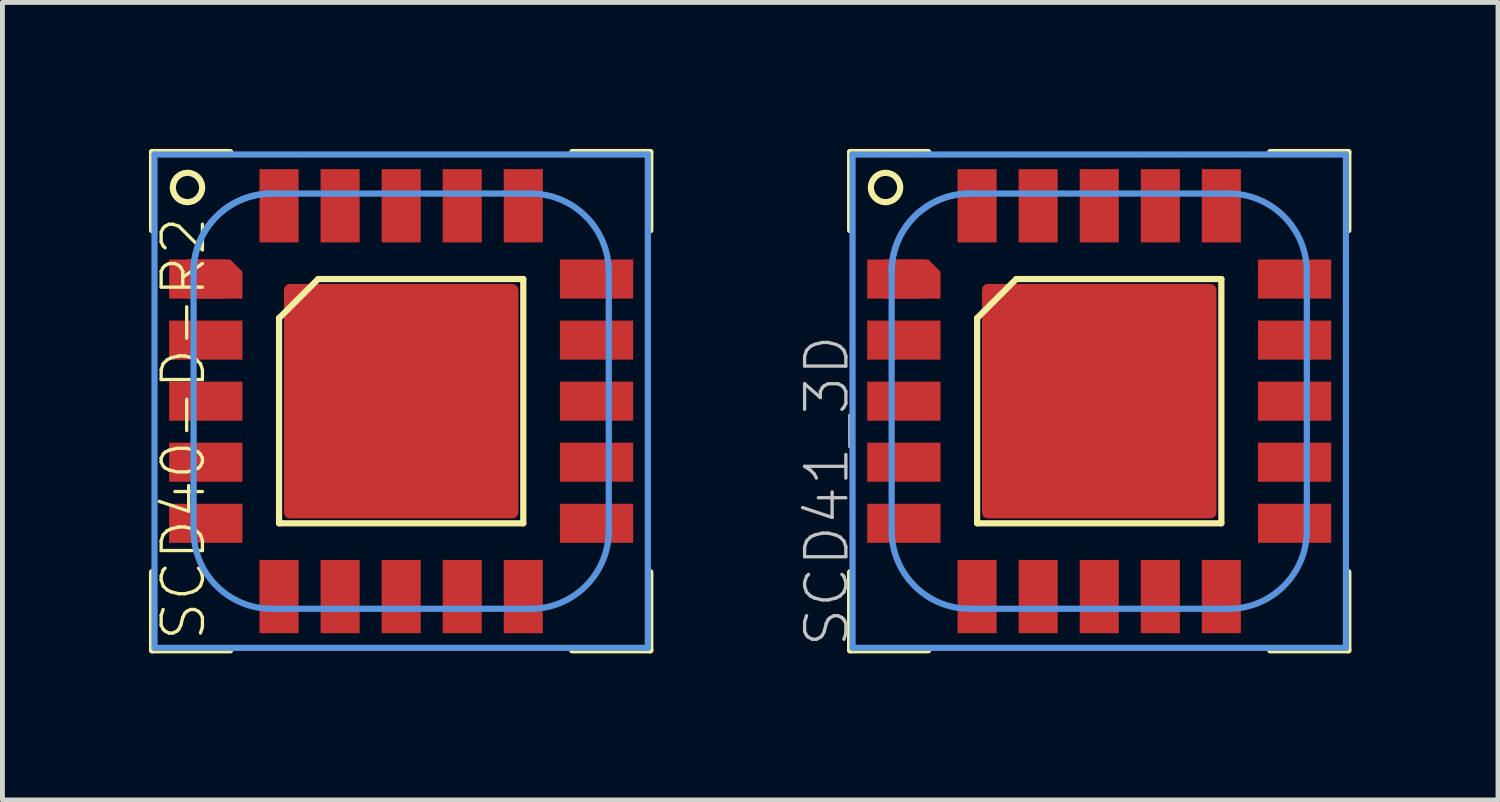
<source format=kicad_pcb>
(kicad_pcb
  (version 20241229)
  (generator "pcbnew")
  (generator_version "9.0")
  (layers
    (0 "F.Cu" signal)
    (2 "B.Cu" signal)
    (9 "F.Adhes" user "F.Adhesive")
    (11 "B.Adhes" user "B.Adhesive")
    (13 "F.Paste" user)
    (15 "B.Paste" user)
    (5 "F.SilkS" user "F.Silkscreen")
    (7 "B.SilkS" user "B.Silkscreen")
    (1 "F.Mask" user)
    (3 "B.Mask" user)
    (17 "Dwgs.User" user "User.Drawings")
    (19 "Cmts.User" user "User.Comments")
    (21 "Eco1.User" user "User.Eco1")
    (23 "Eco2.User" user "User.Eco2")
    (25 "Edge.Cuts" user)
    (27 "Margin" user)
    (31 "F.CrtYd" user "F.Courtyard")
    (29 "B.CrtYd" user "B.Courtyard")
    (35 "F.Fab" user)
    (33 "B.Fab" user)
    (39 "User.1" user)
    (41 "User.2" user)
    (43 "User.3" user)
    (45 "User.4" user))
  (footprint "SCD40-D-R2"
    (layer "F.Cu")
    (at 5.163 5.163)
    (property "Reference" "SCD40-D-R2" (at -3.962 4.953 270) (layer "F.SilkS") (effects (font (size 0.845 0.845) (thickness 0.068)) (justify left bottom)))
    (attr through_hole)
    (fp_poly (pts (xy -4.75 -2.1) (xy -3.25 -2.1) (xy -3.25 -2.65) (xy -3.5 -2.9) (xy -4.75 -2.9)) (stroke (width 0) (type solid)) (fill yes) (layer "F.Cu"))
    (fp_poly (pts (xy -3.45 -3) (xy -3.15 -2.7) (xy -3.15 -2) (xy -4.85 -2) (xy -4.85 -3)) (stroke (width 0) (type solid)) (fill yes) (layer "F.Mask"))
    (fp_line (start -5.1 -5.1) (end -5.1 -3.5) (stroke (width 0.127) (type solid)) (layer "F.SilkS"))
    (fp_line (start -5.1 -5.1) (end -3.5 -5.1) (stroke (width 0.127) (type solid)) (layer "F.SilkS"))
    (fp_line (start -5.1 5.1) (end -5.1 3.5) (stroke (width 0.127) (type solid)) (layer "F.SilkS"))
    (fp_line (start -5.1 5.1) (end -3.5 5.1) (stroke (width 0.127) (type solid)) (layer "F.SilkS"))
    (fp_line (start -2.5 -1.7) (end -1.7 -2.5) (stroke (width 0.127) (type solid)) (layer "F.SilkS"))
    (fp_line (start -2.5 2.5) (end -2.5 -1.7) (stroke (width 0.127) (type solid)) (layer "F.SilkS"))
    (fp_line (start 2.5 -2.5) (end -1.7 -2.5) (stroke (width 0.127) (type solid)) (layer "F.SilkS"))
    (fp_line (start 2.5 -2.5) (end 2.5 2.5) (stroke (width 0.127) (type solid)) (layer "F.SilkS"))
    (fp_line (start 2.5 2.5) (end -2.5 2.5) (stroke (width 0.127) (type solid)) (layer "F.SilkS"))
    (fp_line (start 5.1 -5.1) (end 3.5 -5.1) (stroke (width 0.127) (type solid)) (layer "F.SilkS"))
    (fp_line (start 5.1 -5.1) (end 5.1 -3.5) (stroke (width 0.127) (type solid)) (layer "F.SilkS"))
    (fp_line (start 5.1 5.1) (end 3.5 5.1) (stroke (width 0.127) (type solid)) (layer "F.SilkS"))
    (fp_line (start 5.1 5.1) (end 5.1 3.5) (stroke (width 0.127) (type solid)) (layer "F.SilkS"))
    (fp_circle (center -4.375 -4.375) (end -4.075 -4.375) (stroke (width 0.127) (type solid)) (fill no) (layer "F.SilkS"))
    (fp_poly (pts (xy -4.75 -2.9) (xy -4.75 -2.1) (xy -3.25 -2.1) (xy -3.25 -2.65) (xy -3.5 -2.9)) (stroke (width 0) (type solid)) (fill yes) (layer "F.Paste"))
    (fp_line (start -5.05 5.05) (end -5.05 -5.05) (stroke (width 0.127) (type solid)) (layer "Cmts.User"))
    (fp_line (start -5.05 5.05) (end 5.05 5.05) (stroke (width 0.127) (type solid)) (layer "Cmts.User"))
    (fp_line (start -4.25 2.65) (end -4.25 -2.65) (stroke (width 0.127) (type solid)) (layer "Cmts.User"))
    (fp_line (start 2.65 -4.25) (end -2.65 -4.25) (stroke (width 0.127) (type solid)) (layer "Cmts.User"))
    (fp_line (start 2.65 4.25) (end -2.65 4.25) (stroke (width 0.127) (type solid)) (layer "Cmts.User"))
    (fp_line (start 4.25 2.65) (end 4.25 -2.65) (stroke (width 0.127) (type solid)) (layer "Cmts.User"))
    (fp_line (start 5.05 -5.05) (end -5.05 -5.05) (stroke (width 0.127) (type solid)) (layer "Cmts.User"))
    (fp_line (start 5.05 5.05) (end 5.05 -5.05) (stroke (width 0.127) (type solid)) (layer "Cmts.User"))
    (fp_arc (start -4.25 -2.65) (mid -3.781371 -3.781371) (end -2.65 -4.25) (stroke (width 0.127) (type solid)) (layer "Cmts.User"))
    (fp_arc (start -4.25 -2.65) (mid -3.781371 -3.781371) (end -2.65 -4.25) (stroke (width 0.127) (type solid)) (layer "Cmts.User"))
    (fp_arc (start -2.65 4.25) (mid -3.781371 3.781371) (end -4.25 2.65) (stroke (width 0.127) (type solid)) (layer "Cmts.User"))
    (fp_arc (start 2.65 -4.25) (mid 3.781371 -3.781371) (end 4.25 -2.65) (stroke (width 0.127) (type solid)) (layer "Cmts.User"))
    (fp_arc (start 4.25 2.65) (mid 3.781371 3.781371) (end 2.65 4.25) (stroke (width 0.127) (type solid)) (layer "Cmts.User"))
    (pad "1" smd rect (at -4 -2.5 90) (size 0.8 0.8) (layers "F.Cu" "F.Mask" "F.Paste"))
    (pad "2" smd rect (at -4 -1.25 90) (size 0.8 1.5) (layers "F.Cu" "F.Mask" "F.Paste"))
    (pad "3" smd rect (at -4 0 90) (size 0.8 1.5) (layers "F.Cu" "F.Mask" "F.Paste"))
    (pad "4" smd rect (at -4 1.25 90) (size 0.8 1.5) (layers "F.Cu" "F.Mask" "F.Paste"))
    (pad "5" smd rect (at -4 2.5 90) (size 0.8 1.5) (layers "F.Cu" "F.Mask" "F.Paste"))
    (pad "6" smd rect (at -2.5 4 180) (size 0.8 1.5) (layers "F.Cu" "F.Mask" "F.Paste"))
    (pad "7" smd rect (at -1.25 4 180) (size 0.8 1.5) (layers "F.Cu" "F.Mask" "F.Paste"))
    (pad "8" smd rect (at 0 4 180) (size 0.8 1.5) (layers "F.Cu" "F.Mask" "F.Paste"))
    (pad "9" smd rect (at 1.25 4 180) (size 0.8 1.5) (layers "F.Cu" "F.Mask" "F.Paste"))
    (pad "10" smd rect (at 2.5 4 180) (size 0.8 1.5) (layers "F.Cu" "F.Mask" "F.Paste"))
    (pad "11" smd rect (at 4 2.5 270) (size 0.8 1.5) (layers "F.Cu" "F.Mask" "F.Paste"))
    (pad "12" smd rect (at 4 1.25 270) (size 0.8 1.5) (layers "F.Cu" "F.Mask" "F.Paste"))
    (pad "13" smd rect (at 4 0 270) (size 0.8 1.5) (layers "F.Cu" "F.Mask" "F.Paste"))
    (pad "14" smd rect (at 4 -1.25 270) (size 0.8 1.5) (layers "F.Cu" "F.Mask" "F.Paste"))
    (pad "15" smd rect (at 4 -2.5 270) (size 0.8 1.5) (layers "F.Cu" "F.Mask" "F.Paste"))
    (pad "16" smd rect (at 2.5 -4) (size 0.8 1.5) (layers "F.Cu" "F.Mask" "F.Paste"))
    (pad "17" smd rect (at 1.25 -4) (size 0.8 1.5) (layers "F.Cu" "F.Mask" "F.Paste"))
    (pad "18" smd rect (at 0 -4) (size 0.8 1.5) (layers "F.Cu" "F.Mask" "F.Paste"))
    (pad "19" smd rect (at -1.25 -4) (size 0.8 1.5) (layers "F.Cu" "F.Mask" "F.Paste"))
    (pad "20" smd rect (at -2.5 -4) (size 0.8 1.5) (layers "F.Cu" "F.Mask" "F.Paste"))
    (pad "21" smd roundrect (at 0 0) (size 4.8 4.8) (layers "F.Cu" "F.Mask" "F.Paste") (roundrect_rratio 0.025)))
  (footprint "SCD41_3D"
    (layer "F.Cu")
    (at 19.454 5.163)
    (property "Reference" "SCD41_3D" (at -5.08 5.08 270) (layer "Dwgs.User") (effects (font (size 0.845 0.845) (thickness 0.068)) (justify left bottom)))
    (attr through_hole)
    (fp_poly (pts (xy -4.75 -2.1) (xy -3.25 -2.1) (xy -3.25 -2.65) (xy -3.5 -2.9) (xy -4.75 -2.9)) (stroke (width 0) (type solid)) (fill yes) (layer "F.Cu"))
    (fp_poly (pts (xy -3.45 -3) (xy -3.15 -2.7) (xy -3.15 -2) (xy -4.85 -2) (xy -4.85 -3)) (stroke (width 0) (type solid)) (fill yes) (layer "F.Mask"))
    (fp_line (start -5.1 -5.1) (end -5.1 -3.5) (stroke (width 0.127) (type solid)) (layer "F.SilkS"))
    (fp_line (start -5.1 -5.1) (end -3.5 -5.1) (stroke (width 0.127) (type solid)) (layer "F.SilkS"))
    (fp_line (start -5.1 5.1) (end -5.1 3.5) (stroke (width 0.127) (type solid)) (layer "F.SilkS"))
    (fp_line (start -5.1 5.1) (end -3.5 5.1) (stroke (width 0.127) (type solid)) (layer "F.SilkS"))
    (fp_line (start -2.5 -1.7) (end -1.7 -2.5) (stroke (width 0.127) (type solid)) (layer "F.SilkS"))
    (fp_line (start -2.5 2.5) (end -2.5 -1.7) (stroke (width 0.127) (type solid)) (layer "F.SilkS"))
    (fp_line (start 2.5 -2.5) (end -1.7 -2.5) (stroke (width 0.127) (type solid)) (layer "F.SilkS"))
    (fp_line (start 2.5 -2.5) (end 2.5 2.5) (stroke (width 0.127) (type solid)) (layer "F.SilkS"))
    (fp_line (start 2.5 2.5) (end -2.5 2.5) (stroke (width 0.127) (type solid)) (layer "F.SilkS"))
    (fp_line (start 5.1 -5.1) (end 3.5 -5.1) (stroke (width 0.127) (type solid)) (layer "F.SilkS"))
    (fp_line (start 5.1 -5.1) (end 5.1 -3.5) (stroke (width 0.127) (type solid)) (layer "F.SilkS"))
    (fp_line (start 5.1 5.1) (end 3.5 5.1) (stroke (width 0.127) (type solid)) (layer "F.SilkS"))
    (fp_line (start 5.1 5.1) (end 5.1 3.5) (stroke (width 0.127) (type solid)) (layer "F.SilkS"))
    (fp_circle (center -4.375 -4.375) (end -4.075 -4.375) (stroke (width 0.127) (type solid)) (fill no) (layer "F.SilkS"))
    (fp_poly (pts (xy -4.75 -2.9) (xy -4.75 -2.1) (xy -3.25 -2.1) (xy -3.25 -2.65) (xy -3.5 -2.9)) (stroke (width 0) (type solid)) (fill yes) (layer "F.Paste"))
    (fp_line (start -5.05 5.05) (end -5.05 -5.05) (stroke (width 0.127) (type solid)) (layer "Cmts.User"))
    (fp_line (start -5.05 5.05) (end 5.05 5.05) (stroke (width 0.127) (type solid)) (layer "Cmts.User"))
    (fp_line (start -4.25 2.65) (end -4.25 -2.65) (stroke (width 0.127) (type solid)) (layer "Cmts.User"))
    (fp_line (start 2.65 -4.25) (end -2.65 -4.25) (stroke (width 0.127) (type solid)) (layer "Cmts.User"))
    (fp_line (start 2.65 4.25) (end -2.65 4.25) (stroke (width 0.127) (type solid)) (layer "Cmts.User"))
    (fp_line (start 4.25 2.65) (end 4.25 -2.65) (stroke (width 0.127) (type solid)) (layer "Cmts.User"))
    (fp_line (start 5.05 -5.05) (end -5.05 -5.05) (stroke (width 0.127) (type solid)) (layer "Cmts.User"))
    (fp_line (start 5.05 5.05) (end 5.05 -5.05) (stroke (width 0.127) (type solid)) (layer "Cmts.User"))
    (fp_arc (start -4.25 -2.65) (mid -3.781371 -3.781371) (end -2.65 -4.25) (stroke (width 0.127) (type solid)) (layer "Cmts.User"))
    (fp_arc (start -4.25 -2.65) (mid -3.781371 -3.781371) (end -2.65 -4.25) (stroke (width 0.127) (type solid)) (layer "Cmts.User"))
    (fp_arc (start -2.65 4.25) (mid -3.781371 3.781371) (end -4.25 2.65) (stroke (width 0.127) (type solid)) (layer "Cmts.User"))
    (fp_arc (start 2.65 -4.25) (mid 3.781371 -3.781371) (end 4.25 -2.65) (stroke (width 0.127) (type solid)) (layer "Cmts.User"))
    (fp_arc (start 4.25 2.65) (mid 3.781371 3.781371) (end 2.65 4.25) (stroke (width 0.127) (type solid)) (layer "Cmts.User"))
    (pad "1" smd rect (at -4 -2.5 90) (size 0.8 0.8) (layers "F.Cu" "F.Mask" "F.Paste"))
    (pad "2" smd rect (at -4 -1.25 90) (size 0.8 1.5) (layers "F.Cu" "F.Mask" "F.Paste"))
    (pad "3" smd rect (at -4 0 90) (size 0.8 1.5) (layers "F.Cu" "F.Mask" "F.Paste"))
    (pad "4" smd rect (at -4 1.25 90) (size 0.8 1.5) (layers "F.Cu" "F.Mask" "F.Paste"))
    (pad "5" smd rect (at -4 2.5 90) (size 0.8 1.5) (layers "F.Cu" "F.Mask" "F.Paste"))
    (pad "6" smd rect (at -2.5 4 180) (size 0.8 1.5) (layers "F.Cu" "F.Mask" "F.Paste"))
    (pad "7" smd rect (at -1.25 4 180) (size 0.8 1.5) (layers "F.Cu" "F.Mask" "F.Paste"))
    (pad "8" smd rect (at 0 4 180) (size 0.8 1.5) (layers "F.Cu" "F.Mask" "F.Paste"))
    (pad "9" smd rect (at 1.25 4 180) (size 0.8 1.5) (layers "F.Cu" "F.Mask" "F.Paste"))
    (pad "10" smd rect (at 2.5 4 180) (size 0.8 1.5) (layers "F.Cu" "F.Mask" "F.Paste"))
    (pad "11" smd rect (at 4 2.5 270) (size 0.8 1.5) (layers "F.Cu" "F.Mask" "F.Paste"))
    (pad "12" smd rect (at 4 1.25 270) (size 0.8 1.5) (layers "F.Cu" "F.Mask" "F.Paste"))
    (pad "13" smd rect (at 4 0 270) (size 0.8 1.5) (layers "F.Cu" "F.Mask" "F.Paste"))
    (pad "14" smd rect (at 4 -1.25 270) (size 0.8 1.5) (layers "F.Cu" "F.Mask" "F.Paste"))
    (pad "15" smd rect (at 4 -2.5 270) (size 0.8 1.5) (layers "F.Cu" "F.Mask" "F.Paste"))
    (pad "16" smd rect (at 2.5 -4) (size 0.8 1.5) (layers "F.Cu" "F.Mask" "F.Paste"))
    (pad "17" smd rect (at 1.25 -4) (size 0.8 1.5) (layers "F.Cu" "F.Mask" "F.Paste"))
    (pad "18" smd rect (at 0 -4) (size 0.8 1.5) (layers "F.Cu" "F.Mask" "F.Paste"))
    (pad "19" smd rect (at -1.25 -4) (size 0.8 1.5) (layers "F.Cu" "F.Mask" "F.Paste"))
    (pad "20" smd rect (at -2.5 -4) (size 0.8 1.5) (layers "F.Cu" "F.Mask" "F.Paste"))
    (pad "21" smd roundrect (at 0 0) (size 4.8 4.8) (layers "F.Cu" "F.Mask" "F.Paste") (roundrect_rratio 0.025)))
  (gr_rect
    (start -3 -3)
    (end 27.618 13.327)
    (stroke (width 0.1) (type default))
    (fill no)
    (layer "Edge.Cuts")))
</source>
